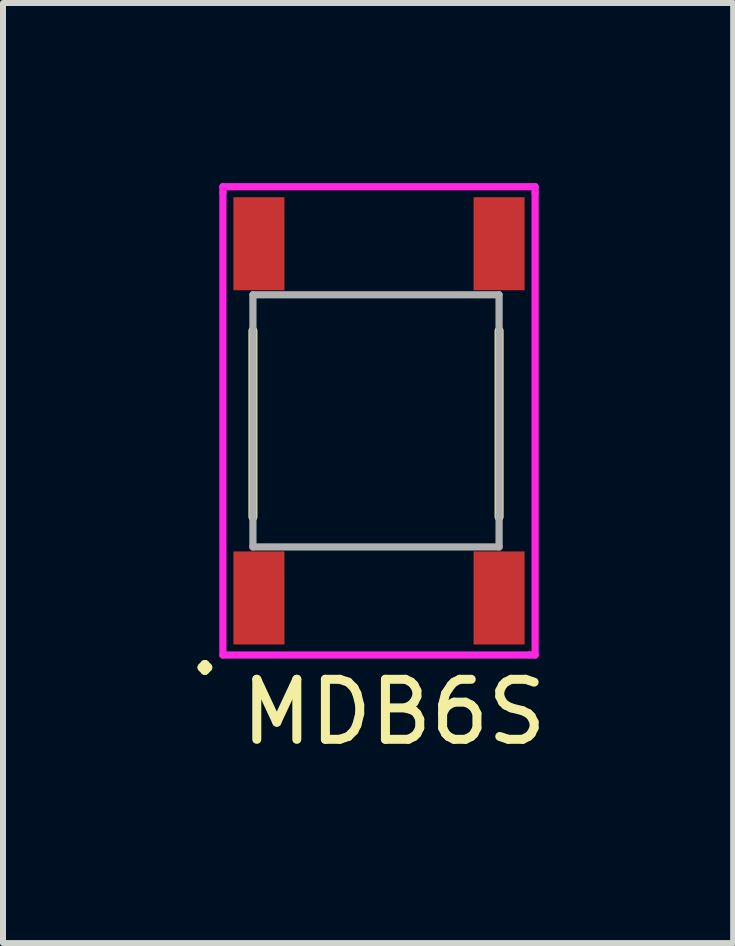
<source format=kicad_pcb>
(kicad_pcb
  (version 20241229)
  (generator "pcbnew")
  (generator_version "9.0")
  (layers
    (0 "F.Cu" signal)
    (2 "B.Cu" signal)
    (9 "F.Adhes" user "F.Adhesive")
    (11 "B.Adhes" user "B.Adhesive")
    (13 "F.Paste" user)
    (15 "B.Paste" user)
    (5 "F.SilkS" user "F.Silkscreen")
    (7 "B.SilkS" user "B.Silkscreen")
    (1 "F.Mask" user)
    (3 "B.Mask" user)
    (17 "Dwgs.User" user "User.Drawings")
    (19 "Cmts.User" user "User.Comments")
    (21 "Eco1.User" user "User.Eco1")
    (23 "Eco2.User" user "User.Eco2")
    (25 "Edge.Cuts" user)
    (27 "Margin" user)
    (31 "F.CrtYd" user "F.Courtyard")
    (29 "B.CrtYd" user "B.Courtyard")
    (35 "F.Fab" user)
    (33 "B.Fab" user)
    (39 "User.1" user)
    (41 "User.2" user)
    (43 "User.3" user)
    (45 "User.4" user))
  (footprint "MDB6S"
    (layer "F.Cu")
    (at 3.263 4.06)
    (property "Reference" "MDB6S" (at 0.25 4.75 0) (layer "F.SilkS") (effects (font (size 1 1) (thickness 0.15))))
    (attr through_hole)
    (fp_line (start -2.1 -1.6) (end -2.1 1.5) (stroke (width 0.15) (type solid)) (layer "F.SilkS"))
    (fp_line (start 2 -1.6) (end 2 1.5) (stroke (width 0.15) (type solid)) (layer "F.SilkS"))
    (fp_line (start -2.6 -4) (end -2.6 -3.9) (stroke (width 0.12) (type solid)) (layer "F.CrtYd"))
    (fp_line (start -2.6 -3.9) (end -2.6 3.8) (stroke (width 0.12) (type solid)) (layer "F.CrtYd"))
    (fp_line (start -2.6 3.8) (end 2.5 3.8) (stroke (width 0.12) (type solid)) (layer "F.CrtYd"))
    (fp_line (start 2.5 3.8) (end 2.6 3.8) (stroke (width 0.12) (type solid)) (layer "F.CrtYd"))
    (fp_line (start 2.6 -4) (end -2.6 -4) (stroke (width 0.12) (type solid)) (layer "F.CrtYd"))
    (fp_line (start 2.6 -3.9) (end 2.6 -4) (stroke (width 0.12) (type solid)) (layer "F.CrtYd"))
    (fp_line (start 2.6 3.8) (end 2.6 -3.9) (stroke (width 0.12) (type solid)) (layer "F.CrtYd"))
    (fp_line (start -2.1 -2.2) (end -2.1 2) (stroke (width 0.12) (type solid)) (layer "F.Fab"))
    (fp_line (start -2.1 2) (end 2 2) (stroke (width 0.12) (type solid)) (layer "F.Fab"))
    (fp_line (start 2 -2.2) (end -2.1 -2.2) (stroke (width 0.12) (type solid)) (layer "F.Fab"))
    (fp_line (start 2 -2.2) (end 2 2) (stroke (width 0.12) (type solid)) (layer "F.Fab"))
    (fp_text user "." (at -2.9 3.6 0) (layer "F.SilkS") (effects (font (size 1 1) (thickness 0.15))))
    (pad "1" smd rect (at -2 2.85) (size 0.85 1.55) (layers "F.Cu" "F.Mask" "F.Paste"))
    (pad "2" smd rect (at 2 2.85) (size 0.85 1.55) (layers "F.Cu" "F.Mask" "F.Paste"))
    (pad "3" smd rect (at -2 -3.05) (size 0.85 1.55) (layers "F.Cu" "F.Mask" "F.Paste"))
    (pad "4" smd rect (at 2 -3.05) (size 0.85 1.55) (layers "F.Cu" "F.Mask" "F.Paste")))
  (gr_rect
    (start -3 -3)
    (end 9.162 12.658)
    (stroke (width 0.1) (type default))
    (fill no)
    (layer "Edge.Cuts")))
</source>
